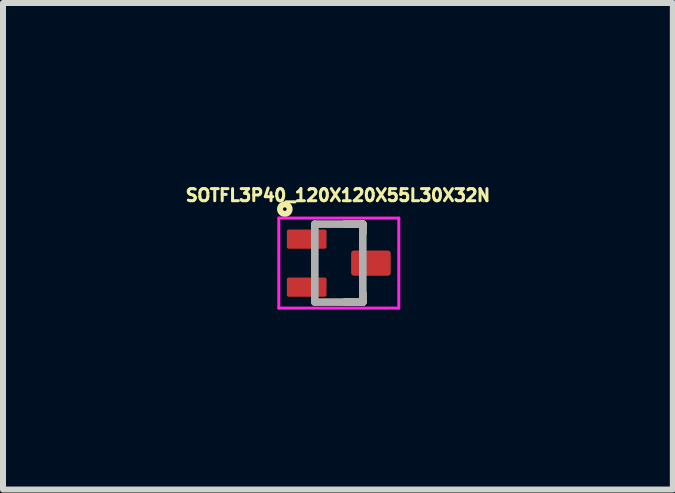
<source format=kicad_pcb>
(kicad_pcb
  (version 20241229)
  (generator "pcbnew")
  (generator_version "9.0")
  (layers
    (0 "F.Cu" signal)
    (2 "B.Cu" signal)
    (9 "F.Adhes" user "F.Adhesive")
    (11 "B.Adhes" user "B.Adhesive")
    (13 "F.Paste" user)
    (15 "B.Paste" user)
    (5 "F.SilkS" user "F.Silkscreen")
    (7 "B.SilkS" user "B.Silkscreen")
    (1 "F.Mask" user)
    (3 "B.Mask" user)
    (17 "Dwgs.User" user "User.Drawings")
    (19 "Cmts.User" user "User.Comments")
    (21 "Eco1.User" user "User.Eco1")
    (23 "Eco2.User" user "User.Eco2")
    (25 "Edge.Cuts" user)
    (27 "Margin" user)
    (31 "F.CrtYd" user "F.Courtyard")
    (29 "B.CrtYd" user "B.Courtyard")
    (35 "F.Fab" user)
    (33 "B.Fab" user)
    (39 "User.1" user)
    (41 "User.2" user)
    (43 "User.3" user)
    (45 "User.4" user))
  (footprint "SOTFL3P40_120X120X55L30X32N"
    (layer "F.Cu")
    (at 2.598 1.336)
    (property "Reference" "SOTFL3P40_120X120X55L30X32N" (at -0.015 -1.131 0) (layer "F.SilkS") (effects (font (size 0.201 0.201) (thickness 0.15))))
    (attr through_hole)
    (fp_line (start 0.1 -0.65) (end 0.4 -0.65) (stroke (width 0.127) (type solid)) (layer "F.SilkS"))
    (fp_line (start 0.4 -0.65) (end 0.4 -0.5) (stroke (width 0.127) (type solid)) (layer "F.SilkS"))
    (fp_line (start 0.4 0.5) (end 0.4 0.65) (stroke (width 0.127) (type solid)) (layer "F.SilkS"))
    (fp_line (start 0.4 0.65) (end 0.1 0.65) (stroke (width 0.127) (type solid)) (layer "F.SilkS"))
    (fp_circle (center -0.9 -0.9) (end -0.82 -0.9) (stroke (width 0.1) (type solid)) (fill no) (layer "F.SilkS"))
    (fp_line (start -1 -0.75) (end -1 0.75) (stroke (width 0.05) (type solid)) (layer "F.CrtYd"))
    (fp_line (start -1 0.75) (end 1 0.75) (stroke (width 0.05) (type solid)) (layer "F.CrtYd"))
    (fp_line (start 1 -0.75) (end -1 -0.75) (stroke (width 0.05) (type solid)) (layer "F.CrtYd"))
    (fp_line (start 1 0.75) (end 1 -0.75) (stroke (width 0.05) (type solid)) (layer "F.CrtYd"))
    (fp_line (start -0.4 -0.65) (end 0.4 -0.65) (stroke (width 0.127) (type solid)) (layer "F.Fab"))
    (fp_line (start -0.4 0.65) (end -0.4 -0.65) (stroke (width 0.127) (type solid)) (layer "F.Fab"))
    (fp_line (start 0.4 -0.65) (end 0.4 0.65) (stroke (width 0.127) (type solid)) (layer "F.Fab"))
    (fp_line (start 0.4 0.65) (end -0.4 0.65) (stroke (width 0.127) (type solid)) (layer "F.Fab"))
    (pad "1" smd roundrect (at -0.535 -0.4) (size 0.66 0.32) (layers "F.Cu" "F.Mask" "F.Paste") (roundrect_rratio 0.09))
    (pad "2" smd roundrect (at -0.535 0.4) (size 0.66 0.32) (layers "F.Cu" "F.Mask" "F.Paste") (roundrect_rratio 0.09))
    (pad "3" smd roundrect (at 0.535 0) (size 0.66 0.42) (layers "F.Cu" "F.Mask" "F.Paste") (roundrect_rratio 0.11)))
  (gr_rect
    (start -3 -3)
    (end 8.166 5.111)
    (stroke (width 0.1) (type default))
    (fill no)
    (layer "Edge.Cuts")))
</source>
